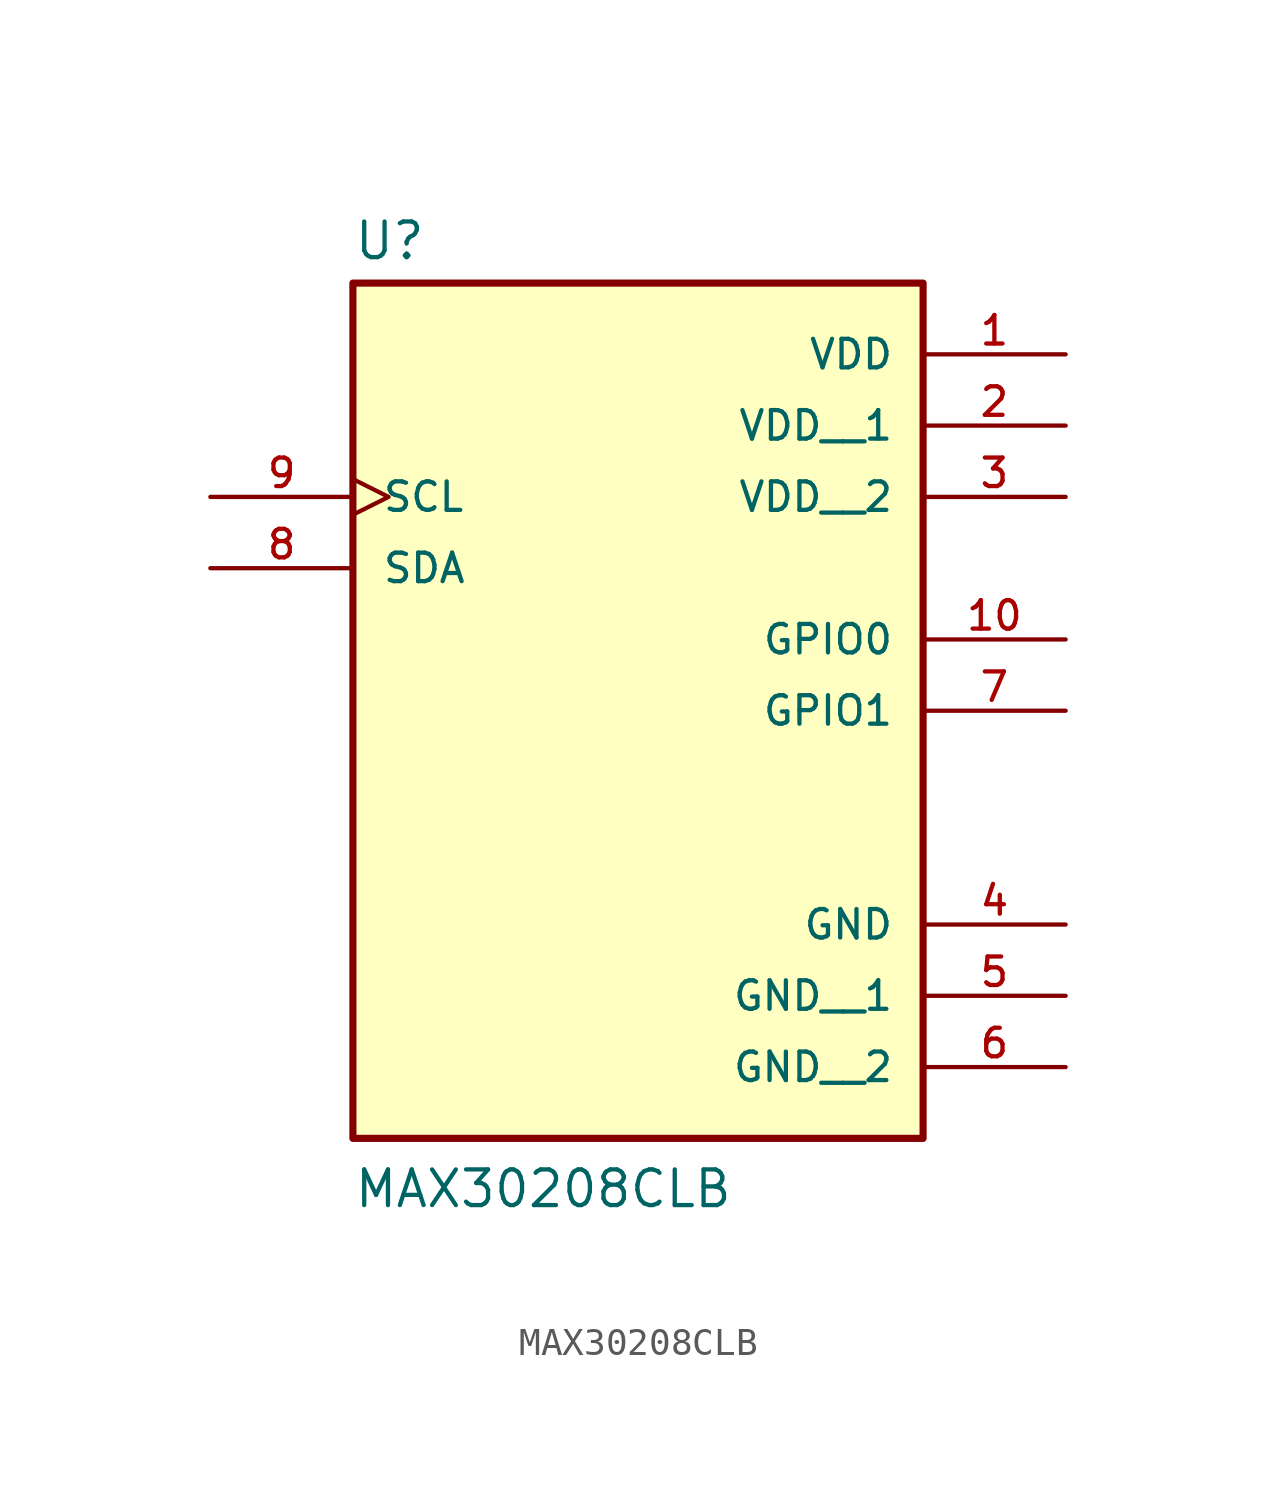
<source format=kicad_sym>
(kicad_symbol_lib
  (version 20211014)
  (generator kicad_symbol_editor)
  (symbol "MAX30208CLB"
    (pin_names
      (offset 1.016))
    (property "Reference" "U"
      (at -10.16 10.922 0)
      (effects (font (size 1.27 1.27)) (justify bottom left)))
    (property "Value" "MAX30208CLB"
      (at -10.16 -22.86 0)
      (effects (font (size 1.27 1.27)) (justify bottom left)))
    (symbol "MAX30208CLB_0_0"
      (rectangle (start -10.16 -20.32) (end 10.16 10.16) (stroke (width 0.254)) (fill (type background)))
      (pin power_in line (at 15.24 7.62 180.0) (length 5.08) (name "VDD" (effects (font (size 1.016 1.016)))) (number "1" (effects (font (size 1.016 1.016)))))
      (pin bidirectional line (at -15.24 0.0 0) (length 5.08) (name "SDA" (effects (font (size 1.016 1.016)))) (number "8" (effects (font (size 1.016 1.016)))))
      (pin input clock (at -15.24 2.54 0) (length 5.08) (name "SCL" (effects (font (size 1.016 1.016)))) (number "9" (effects (font (size 1.016 1.016)))))
      (pin power_in line (at 15.24 -12.7 180.0) (length 5.08) (name "GND" (effects (font (size 1.016 1.016)))) (number "4" (effects (font (size 1.016 1.016)))))
      (pin bidirectional line (at 15.24 -2.54 180.0) (length 5.08) (name "GPIO0" (effects (font (size 1.016 1.016)))) (number "10" (effects (font (size 1.016 1.016)))))
      (pin bidirectional line (at 15.24 -5.08 180.0) (length 5.08) (name "GPIO1" (effects (font (size 1.016 1.016)))) (number "7" (effects (font (size 1.016 1.016)))))
      (pin power_in line (at 15.24 5.08 180.0) (length 5.08) (name "VDD__1" (effects (font (size 1.016 1.016)))) (number "2" (effects (font (size 1.016 1.016)))))
      (pin power_in line (at 15.24 2.54 180.0) (length 5.08) (name "VDD__2" (effects (font (size 1.016 1.016)))) (number "3" (effects (font (size 1.016 1.016)))))
      (pin power_in line (at 15.24 -15.24 180.0) (length 5.08) (name "GND__1" (effects (font (size 1.016 1.016)))) (number "5" (effects (font (size 1.016 1.016)))))
      (pin power_in line (at 15.24 -17.78 180.0) (length 5.08) (name "GND__2" (effects (font (size 1.016 1.016)))) (number "6" (effects (font (size 1.016 1.016))))))))
</source>
